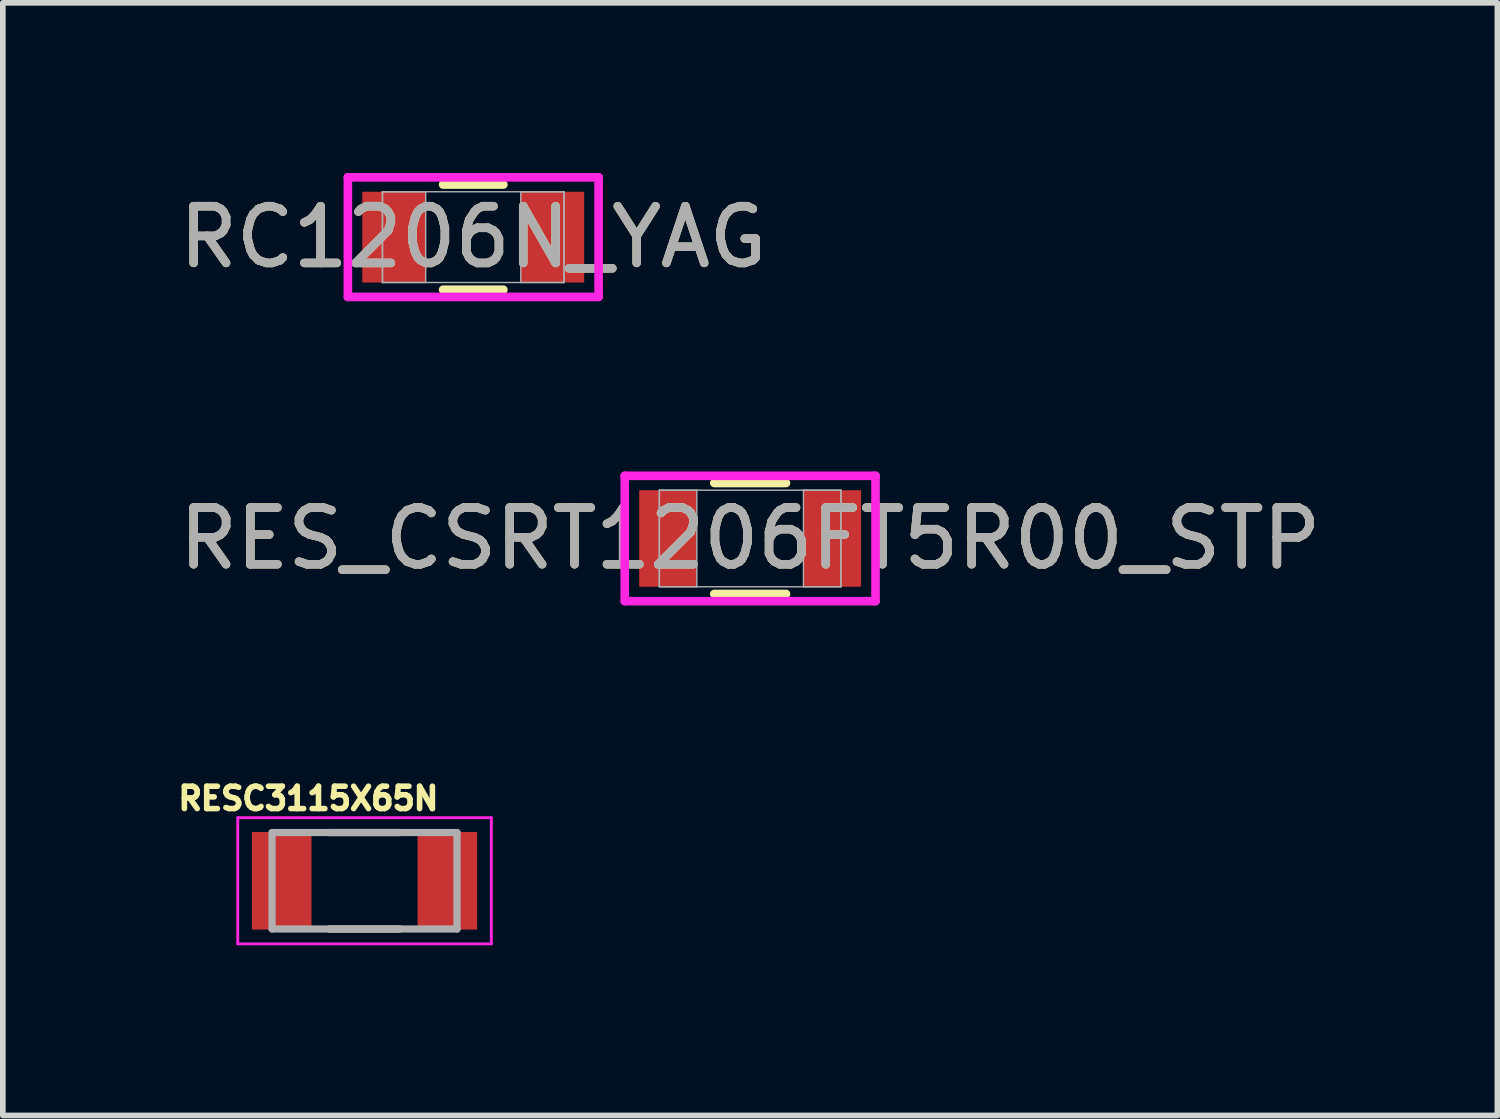
<source format=kicad_pcb>
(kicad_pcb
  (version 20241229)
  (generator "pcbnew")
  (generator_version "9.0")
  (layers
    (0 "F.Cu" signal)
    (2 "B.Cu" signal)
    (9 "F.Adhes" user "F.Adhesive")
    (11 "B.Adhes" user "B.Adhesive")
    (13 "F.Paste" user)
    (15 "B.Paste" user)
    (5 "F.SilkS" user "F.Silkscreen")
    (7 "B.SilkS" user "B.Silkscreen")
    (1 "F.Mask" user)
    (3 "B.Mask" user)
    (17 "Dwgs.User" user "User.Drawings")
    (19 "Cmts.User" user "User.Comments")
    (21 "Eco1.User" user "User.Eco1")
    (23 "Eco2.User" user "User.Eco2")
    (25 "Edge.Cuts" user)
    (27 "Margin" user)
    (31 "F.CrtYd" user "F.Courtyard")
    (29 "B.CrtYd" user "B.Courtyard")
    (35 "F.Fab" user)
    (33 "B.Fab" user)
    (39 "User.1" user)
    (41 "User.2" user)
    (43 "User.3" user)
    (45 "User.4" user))
  (footprint "RES_CSRT1206FT5R00_STP"
    (layer "F.Cu")
    (at 10.173 6.442)
    (property "Reference" "RES_CSRT1206FT5R00_STP" (at 0 0 0) (unlocked yes) (layer "F.SilkS") (effects (font (size 1 1) (thickness 0.15))))
    (attr smd)
    (fp_line (start -0.632 0.978) (end 0.632 0.978) (stroke (width 0.152) (type solid)) (layer "F.SilkS"))
    (fp_line (start 0.632 -0.978) (end -0.632 -0.978) (stroke (width 0.152) (type solid)) (layer "F.SilkS"))
    (fp_line (start -2.21 -1.105) (end 2.21 -1.105) (stroke (width 0.152) (type solid)) (layer "F.CrtYd"))
    (fp_line (start -2.21 1.105) (end -2.21 -1.105) (stroke (width 0.152) (type solid)) (layer "F.CrtYd"))
    (fp_line (start 2.21 -1.105) (end 2.21 1.105) (stroke (width 0.152) (type solid)) (layer "F.CrtYd"))
    (fp_line (start 2.21 1.105) (end -2.21 1.105) (stroke (width 0.152) (type solid)) (layer "F.CrtYd"))
    (fp_line (start -1.6 -0.851) (end -1.6 0.851) (stroke (width 0.025) (type solid)) (layer "F.Fab"))
    (fp_line (start -1.6 -0.851) (end -1.6 0.851) (stroke (width 0.025) (type solid)) (layer "F.Fab"))
    (fp_line (start -1.6 0.851) (end -0.94 0.851) (stroke (width 0.025) (type solid)) (layer "F.Fab"))
    (fp_line (start -1.6 0.851) (end 1.6 0.851) (stroke (width 0.025) (type solid)) (layer "F.Fab"))
    (fp_line (start -0.94 -0.851) (end -1.6 -0.851) (stroke (width 0.025) (type solid)) (layer "F.Fab"))
    (fp_line (start -0.94 0.851) (end -0.94 -0.851) (stroke (width 0.025) (type solid)) (layer "F.Fab"))
    (fp_line (start 0.94 -0.851) (end 0.94 0.851) (stroke (width 0.025) (type solid)) (layer "F.Fab"))
    (fp_line (start 0.94 0.851) (end 1.6 0.851) (stroke (width 0.025) (type solid)) (layer "F.Fab"))
    (fp_line (start 1.6 -0.851) (end -1.6 -0.851) (stroke (width 0.025) (type solid)) (layer "F.Fab"))
    (fp_line (start 1.6 -0.851) (end 0.94 -0.851) (stroke (width 0.025) (type solid)) (layer "F.Fab"))
    (fp_line (start 1.6 0.851) (end 1.6 -0.851) (stroke (width 0.025) (type solid)) (layer "F.Fab"))
    (fp_line (start 1.6 0.851) (end 1.6 -0.851) (stroke (width 0.025) (type solid)) (layer "F.Fab"))
    (fp_text user "${REFERENCE}" (at 0 0 0) (unlocked yes) (layer "F.Fab") (effects (font (size 1 1) (thickness 0.15))))
    (pad "1" smd rect (at -1.448 0) (size 1.016 1.702) (layers "F.Cu" "F.Mask" "F.Paste"))
    (pad "2" smd rect (at 1.448 0) (size 1.016 1.702) (layers "F.Cu" "F.Mask" "F.Paste"))
    (zone (net_name "") (layer "F.Cu") (hatch full 0.508) (connect_pads) (min_thickness 0.254) (filled_areas_thickness no) (keepout (tracks not_allowed) (vias not_allowed) (pads allowed) (copperpour not_allowed) (footprints allowed)) (placement (enabled no)) (fill) (polygon (pts (xy 9.284 5.642) (xy 11.062 5.642) (xy 11.062 7.242) (xy 9.284 7.242)))))
  (footprint "RC1206N_YAG"
    (layer "F.Cu")
    (at 5.292 1.13)
    (property "Reference" "RC1206N_YAG" (at 0 0 0) (unlocked yes) (layer "F.SilkS") (effects (font (size 1 1) (thickness 0.15))))
    (attr smd)
    (fp_line (start -0.531 0.927) (end 0.531 0.927) (stroke (width 0.152) (type solid)) (layer "F.SilkS"))
    (fp_line (start 0.531 -0.927) (end -0.531 -0.927) (stroke (width 0.152) (type solid)) (layer "F.SilkS"))
    (fp_line (start -2.21 -1.054) (end 2.21 -1.054) (stroke (width 0.152) (type solid)) (layer "F.CrtYd"))
    (fp_line (start -2.21 1.054) (end -2.21 -1.054) (stroke (width 0.152) (type solid)) (layer "F.CrtYd"))
    (fp_line (start 2.21 -1.054) (end 2.21 1.054) (stroke (width 0.152) (type solid)) (layer "F.CrtYd"))
    (fp_line (start 2.21 1.054) (end -2.21 1.054) (stroke (width 0.152) (type solid)) (layer "F.CrtYd"))
    (fp_line (start -1.6 -0.8) (end -1.6 0.8) (stroke (width 0.025) (type solid)) (layer "F.Fab"))
    (fp_line (start -1.6 -0.8) (end -1.6 0.8) (stroke (width 0.025) (type solid)) (layer "F.Fab"))
    (fp_line (start -1.6 0.8) (end -0.838 0.8) (stroke (width 0.025) (type solid)) (layer "F.Fab"))
    (fp_line (start -1.6 0.8) (end 1.6 0.8) (stroke (width 0.025) (type solid)) (layer "F.Fab"))
    (fp_line (start -0.838 -0.8) (end -1.6 -0.8) (stroke (width 0.025) (type solid)) (layer "F.Fab"))
    (fp_line (start -0.838 0.8) (end -0.838 -0.8) (stroke (width 0.025) (type solid)) (layer "F.Fab"))
    (fp_line (start 0.838 -0.8) (end 0.838 0.8) (stroke (width 0.025) (type solid)) (layer "F.Fab"))
    (fp_line (start 0.838 0.8) (end 1.6 0.8) (stroke (width 0.025) (type solid)) (layer "F.Fab"))
    (fp_line (start 1.6 -0.8) (end -1.6 -0.8) (stroke (width 0.025) (type solid)) (layer "F.Fab"))
    (fp_line (start 1.6 -0.8) (end 0.838 -0.8) (stroke (width 0.025) (type solid)) (layer "F.Fab"))
    (fp_line (start 1.6 0.8) (end 1.6 -0.8) (stroke (width 0.025) (type solid)) (layer "F.Fab"))
    (fp_line (start 1.6 0.8) (end 1.6 -0.8) (stroke (width 0.025) (type solid)) (layer "F.Fab"))
    (fp_text user "${REFERENCE}" (at 0 0 0) (unlocked yes) (layer "F.Fab") (effects (font (size 1 1) (thickness 0.15))))
    (pad "1" smd rect (at -1.397 0) (size 1.118 1.6) (layers "F.Cu" "F.Mask" "F.Paste"))
    (pad "2" smd rect (at 1.397 0) (size 1.118 1.6) (layers "F.Cu" "F.Mask" "F.Paste"))
    (zone (net_name "") (layer "F.Cu") (hatch full 0.508) (connect_pads) (min_thickness 0.254) (filled_areas_thickness no) (keepout (tracks not_allowed) (vias not_allowed) (pads allowed) (copperpour not_allowed) (footprints allowed)) (placement (enabled no)) (fill) (polygon (pts (xy 4.504 0.381) (xy 6.079 0.381) (xy 6.079 1.88) (xy 4.504 1.88)))))
  (footprint "RESC3115X65N"
    (layer "F.Cu")
    (at 3.376 12.476)
    (property "Reference" "RESC3115X65N" (at -0.99 -1.45 0) (layer "F.SilkS") (effects (font (size 0.394 0.394) (thickness 0.15))))
    (attr smd)
    (fp_line (start -0.62 -0.85) (end 0.62 -0.85) (stroke (width 0.127) (type solid)) (layer "F.SilkS"))
    (fp_line (start -0.62 0.85) (end 0.62 0.85) (stroke (width 0.127) (type solid)) (layer "F.SilkS"))
    (fp_line (start -2.235 -1.112) (end 2.235 -1.112) (stroke (width 0.05) (type solid)) (layer "F.CrtYd"))
    (fp_line (start -2.235 1.112) (end -2.235 -1.112) (stroke (width 0.05) (type solid)) (layer "F.CrtYd"))
    (fp_line (start -2.235 1.112) (end 2.235 1.112) (stroke (width 0.05) (type solid)) (layer "F.CrtYd"))
    (fp_line (start 2.235 1.112) (end 2.235 -1.112) (stroke (width 0.05) (type solid)) (layer "F.CrtYd"))
    (fp_line (start -1.63 0.85) (end -1.63 -0.85) (stroke (width 0.127) (type solid)) (layer "F.Fab"))
    (fp_line (start 1.63 -0.85) (end -1.63 -0.85) (stroke (width 0.127) (type solid)) (layer "F.Fab"))
    (fp_line (start 1.63 0.85) (end -1.63 0.85) (stroke (width 0.127) (type solid)) (layer "F.Fab"))
    (fp_line (start 1.63 0.85) (end 1.63 -0.85) (stroke (width 0.127) (type solid)) (layer "F.Fab"))
    (pad "1" smd rect (at -1.46 0) (size 1.05 1.72) (layers "F.Cu" "F.Mask" "F.Paste"))
    (pad "2" smd rect (at 1.46 0) (size 1.05 1.72) (layers "F.Cu" "F.Mask" "F.Paste")))
  (gr_rect
    (start -3 -3)
    (end 23.345 16.613)
    (stroke (width 0.1) (type default))
    (fill no)
    (layer "Edge.Cuts")))
</source>
